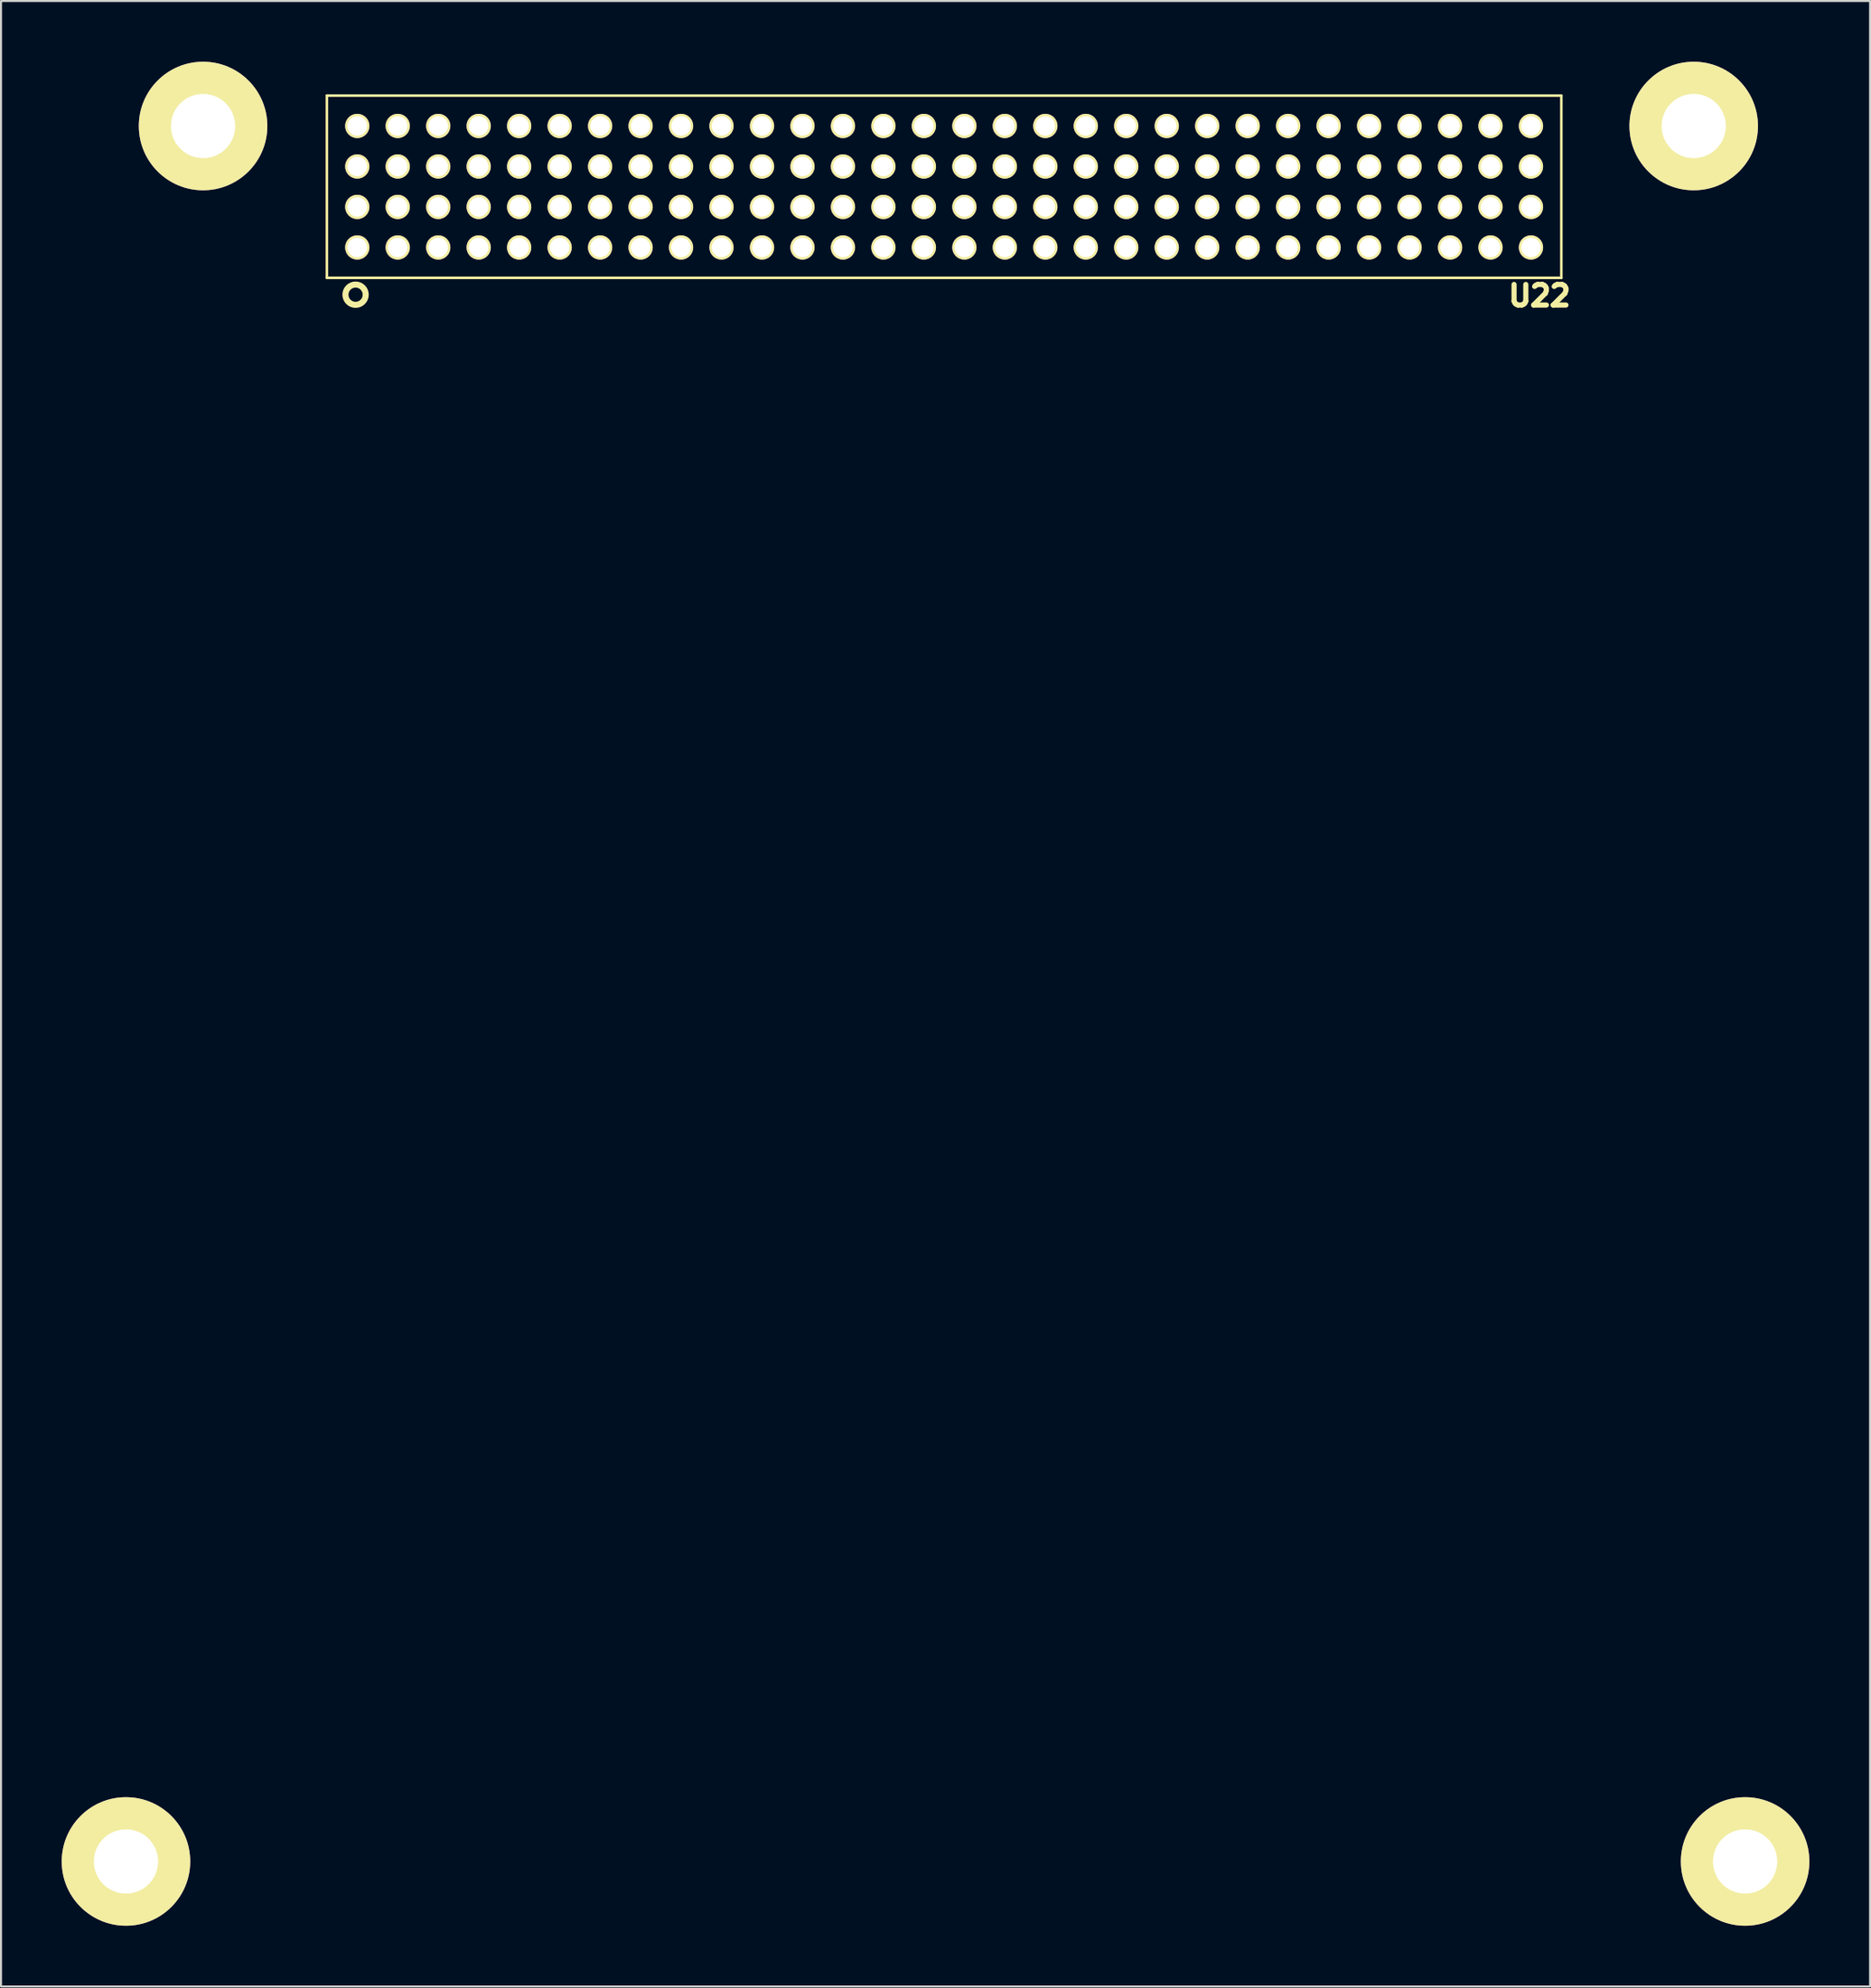
<source format=kicad_pcb>
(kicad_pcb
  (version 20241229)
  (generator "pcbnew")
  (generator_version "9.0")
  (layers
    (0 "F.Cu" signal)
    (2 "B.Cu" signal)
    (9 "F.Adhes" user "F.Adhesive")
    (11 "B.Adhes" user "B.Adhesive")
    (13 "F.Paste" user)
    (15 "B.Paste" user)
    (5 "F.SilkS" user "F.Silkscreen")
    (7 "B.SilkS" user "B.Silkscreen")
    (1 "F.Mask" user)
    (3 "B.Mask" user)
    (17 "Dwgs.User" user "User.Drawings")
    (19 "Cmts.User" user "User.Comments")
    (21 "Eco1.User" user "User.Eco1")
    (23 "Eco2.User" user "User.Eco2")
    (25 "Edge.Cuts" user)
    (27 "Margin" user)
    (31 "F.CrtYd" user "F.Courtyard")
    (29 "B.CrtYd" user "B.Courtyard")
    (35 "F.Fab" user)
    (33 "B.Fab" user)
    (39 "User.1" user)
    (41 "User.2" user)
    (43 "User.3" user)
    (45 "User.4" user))
  (footprint "U22"
    (layer "F.Cu")
    (at 14.605 9.174)
    (property "Reference" "U22" (at 58.42 2.388 0) (layer "F.SilkS") (effects (font (size 1.016 1.016) (thickness 0.305))))
    (attr through_hole)
    (fp_line (start -1.501 -7.501) (end 59.499 -7.501) (stroke (width 0.127) (type solid)) (layer "F.SilkS"))
    (fp_line (start -1.501 1.501) (end -1.501 -7.501) (stroke (width 0.127) (type solid)) (layer "F.SilkS"))
    (fp_line (start 59.499 -7.501) (end 59.499 1.501) (stroke (width 0.127) (type solid)) (layer "F.SilkS"))
    (fp_line (start 59.499 1.501) (end -1.501 1.501) (stroke (width 0.127) (type solid)) (layer "F.SilkS"))
    (fp_circle (center -0.084 2.334) (end 0.17 2.766) (stroke (width 0.3) (type solid)) (fill no) (layer "F.SilkS"))
    (pad "0" thru_hole circle (at -7.62 -5.999) (size 6.35 6.35) (drill 3.175) (layers "*.Cu" "*.Mask" "F.SilkS"))
    (pad "1" thru_hole circle (at 66.04 -5.999) (size 6.35 6.35) (drill 3.175) (layers "*.Cu" "*.Mask" "F.SilkS"))
    (pad "2" thru_hole circle (at -11.43 79.731) (size 6.35 6.35) (drill 3.175) (layers "*.Cu" "*.Mask" "F.SilkS"))
    (pad "3" thru_hole circle (at 68.58 79.731) (size 6.35 6.35) (drill 3.175) (layers "*.Cu" "*.Mask" "F.SilkS"))
    (pad "A1" thru_hole circle (at 0 0) (size 1.199 1.199) (drill 0.965) (layers "*.Cu" "*.Mask" "F.SilkS"))
    (pad "A2" thru_hole circle (at 1.999 0) (size 1.199 1.199) (drill 0.965) (layers "*.Cu" "*.Mask" "F.SilkS"))
    (pad "A3" thru_hole circle (at 4 0) (size 1.199 1.199) (drill 0.965) (layers "*.Cu" "*.Mask" "F.SilkS"))
    (pad "A4" thru_hole circle (at 5.999 0) (size 1.199 1.199) (drill 0.965) (layers "*.Cu" "*.Mask" "F.SilkS"))
    (pad "A5" thru_hole circle (at 7.998 0) (size 1.199 1.199) (drill 0.965) (layers "*.Cu" "*.Mask" "F.SilkS"))
    (pad "A6" thru_hole circle (at 10 0) (size 1.199 1.199) (drill 0.965) (layers "*.Cu" "*.Mask" "F.SilkS"))
    (pad "A7" thru_hole circle (at 11.999 0) (size 1.199 1.199) (drill 0.965) (layers "*.Cu" "*.Mask" "F.SilkS"))
    (pad "A8" thru_hole circle (at 14 0) (size 1.199 1.199) (drill 0.965) (layers "*.Cu" "*.Mask" "F.SilkS"))
    (pad "A9" thru_hole circle (at 15.999 0) (size 1.199 1.199) (drill 0.965) (layers "*.Cu" "*.Mask" "F.SilkS"))
    (pad "A10" thru_hole circle (at 17.998 0) (size 1.199 1.199) (drill 0.965) (layers "*.Cu" "*.Mask" "F.SilkS"))
    (pad "A11" thru_hole circle (at 20 0) (size 1.199 1.199) (drill 0.965) (layers "*.Cu" "*.Mask" "F.SilkS"))
    (pad "A12" thru_hole circle (at 21.999 0) (size 1.199 1.199) (drill 0.965) (layers "*.Cu" "*.Mask" "F.SilkS"))
    (pad "A13" thru_hole circle (at 24 0) (size 1.199 1.199) (drill 0.965) (layers "*.Cu" "*.Mask" "F.SilkS"))
    (pad "A14" thru_hole circle (at 25.999 0) (size 1.199 1.199) (drill 0.965) (layers "*.Cu" "*.Mask" "F.SilkS"))
    (pad "A15" thru_hole circle (at 27.998 0) (size 1.199 1.199) (drill 0.965) (layers "*.Cu" "*.Mask" "F.SilkS"))
    (pad "A16" thru_hole circle (at 30 0) (size 1.199 1.199) (drill 0.965) (layers "*.Cu" "*.Mask" "F.SilkS"))
    (pad "A17" thru_hole circle (at 31.999 0) (size 1.199 1.199) (drill 0.965) (layers "*.Cu" "*.Mask" "F.SilkS"))
    (pad "A18" thru_hole circle (at 34 0) (size 1.199 1.199) (drill 0.965) (layers "*.Cu" "*.Mask" "F.SilkS"))
    (pad "A19" thru_hole circle (at 35.999 0) (size 1.199 1.199) (drill 0.965) (layers "*.Cu" "*.Mask" "F.SilkS"))
    (pad "A20" thru_hole circle (at 37.998 0) (size 1.199 1.199) (drill 0.965) (layers "*.Cu" "*.Mask" "F.SilkS"))
    (pad "A21" thru_hole circle (at 40 0) (size 1.199 1.199) (drill 0.965) (layers "*.Cu" "*.Mask" "F.SilkS"))
    (pad "A22" thru_hole circle (at 41.999 0) (size 1.199 1.199) (drill 0.965) (layers "*.Cu" "*.Mask" "F.SilkS"))
    (pad "A23" thru_hole circle (at 44 0) (size 1.199 1.199) (drill 0.965) (layers "*.Cu" "*.Mask" "F.SilkS"))
    (pad "A24" thru_hole circle (at 45.999 0) (size 1.199 1.199) (drill 0.965) (layers "*.Cu" "*.Mask" "F.SilkS"))
    (pad "A25" thru_hole circle (at 47.998 0) (size 1.199 1.199) (drill 0.965) (layers "*.Cu" "*.Mask" "F.SilkS"))
    (pad "A26" thru_hole circle (at 50 0) (size 1.199 1.199) (drill 0.965) (layers "*.Cu" "*.Mask" "F.SilkS"))
    (pad "A27" thru_hole circle (at 51.999 0) (size 1.199 1.199) (drill 0.965) (layers "*.Cu" "*.Mask" "F.SilkS"))
    (pad "A28" thru_hole circle (at 54 0) (size 1.199 1.199) (drill 0.965) (layers "*.Cu" "*.Mask" "F.SilkS"))
    (pad "A29" thru_hole circle (at 55.999 0) (size 1.199 1.199) (drill 0.965) (layers "*.Cu" "*.Mask" "F.SilkS"))
    (pad "A30" thru_hole circle (at 57.998 0) (size 1.199 1.199) (drill 0.965) (layers "*.Cu" "*.Mask" "F.SilkS"))
    (pad "B1" thru_hole circle (at 0 -2.002) (size 1.199 1.199) (drill 0.965) (layers "*.Cu" "*.Mask" "F.SilkS"))
    (pad "B2" thru_hole circle (at 1.999 -2.002) (size 1.199 1.199) (drill 0.965) (layers "*.Cu" "*.Mask" "F.SilkS"))
    (pad "B3" thru_hole circle (at 4 -2.002) (size 1.199 1.199) (drill 0.965) (layers "*.Cu" "*.Mask" "F.SilkS"))
    (pad "B4" thru_hole circle (at 5.999 -2.002) (size 1.199 1.199) (drill 0.965) (layers "*.Cu" "*.Mask" "F.SilkS"))
    (pad "B5" thru_hole circle (at 7.998 -2.002) (size 1.199 1.199) (drill 0.965) (layers "*.Cu" "*.Mask" "F.SilkS"))
    (pad "B6" thru_hole circle (at 10 -2.002) (size 1.199 1.199) (drill 0.965) (layers "*.Cu" "*.Mask" "F.SilkS"))
    (pad "B7" thru_hole circle (at 11.999 -2.002) (size 1.199 1.199) (drill 0.965) (layers "*.Cu" "*.Mask" "F.SilkS"))
    (pad "B8" thru_hole circle (at 14 -2.002) (size 1.199 1.199) (drill 0.965) (layers "*.Cu" "*.Mask" "F.SilkS"))
    (pad "B9" thru_hole circle (at 15.999 -2.002) (size 1.199 1.199) (drill 0.965) (layers "*.Cu" "*.Mask" "F.SilkS"))
    (pad "B10" thru_hole circle (at 17.998 -2.002) (size 1.199 1.199) (drill 0.965) (layers "*.Cu" "*.Mask" "F.SilkS"))
    (pad "B11" thru_hole circle (at 20 -2.002) (size 1.199 1.199) (drill 0.965) (layers "*.Cu" "*.Mask" "F.SilkS"))
    (pad "B12" thru_hole circle (at 21.999 -2.002) (size 1.199 1.199) (drill 0.965) (layers "*.Cu" "*.Mask" "F.SilkS"))
    (pad "B13" thru_hole circle (at 24 -2.002) (size 1.199 1.199) (drill 0.965) (layers "*.Cu" "*.Mask" "F.SilkS"))
    (pad "B14" thru_hole circle (at 25.999 -2.002) (size 1.199 1.199) (drill 0.965) (layers "*.Cu" "*.Mask" "F.SilkS"))
    (pad "B15" thru_hole circle (at 27.998 -2.002) (size 1.199 1.199) (drill 0.965) (layers "*.Cu" "*.Mask" "F.SilkS"))
    (pad "B16" thru_hole circle (at 30 -2.002) (size 1.199 1.199) (drill 0.965) (layers "*.Cu" "*.Mask" "F.SilkS"))
    (pad "B17" thru_hole circle (at 31.999 -2.002) (size 1.199 1.199) (drill 0.965) (layers "*.Cu" "*.Mask" "F.SilkS"))
    (pad "B18" thru_hole circle (at 34 -2.002) (size 1.199 1.199) (drill 0.965) (layers "*.Cu" "*.Mask" "F.SilkS"))
    (pad "B19" thru_hole circle (at 35.999 -2.002) (size 1.199 1.199) (drill 0.965) (layers "*.Cu" "*.Mask" "F.SilkS"))
    (pad "B20" thru_hole circle (at 37.998 -2.002) (size 1.199 1.199) (drill 0.965) (layers "*.Cu" "*.Mask" "F.SilkS"))
    (pad "B21" thru_hole circle (at 40 -2.002) (size 1.199 1.199) (drill 0.965) (layers "*.Cu" "*.Mask" "F.SilkS"))
    (pad "B22" thru_hole circle (at 41.999 -2.002) (size 1.199 1.199) (drill 0.965) (layers "*.Cu" "*.Mask" "F.SilkS"))
    (pad "B23" thru_hole circle (at 44 -2.002) (size 1.199 1.199) (drill 0.965) (layers "*.Cu" "*.Mask" "F.SilkS"))
    (pad "B24" thru_hole circle (at 45.999 -2.002) (size 1.199 1.199) (drill 0.965) (layers "*.Cu" "*.Mask" "F.SilkS"))
    (pad "B25" thru_hole circle (at 47.998 -2.002) (size 1.199 1.199) (drill 0.965) (layers "*.Cu" "*.Mask" "F.SilkS"))
    (pad "B26" thru_hole circle (at 50 -2.002) (size 1.199 1.199) (drill 0.965) (layers "*.Cu" "*.Mask" "F.SilkS"))
    (pad "B27" thru_hole circle (at 51.999 -2.002) (size 1.199 1.199) (drill 0.965) (layers "*.Cu" "*.Mask" "F.SilkS"))
    (pad "B28" thru_hole circle (at 54 -2.002) (size 1.199 1.199) (drill 0.965) (layers "*.Cu" "*.Mask" "F.SilkS"))
    (pad "B29" thru_hole circle (at 55.999 -2.002) (size 1.199 1.199) (drill 0.965) (layers "*.Cu" "*.Mask" "F.SilkS"))
    (pad "B30" thru_hole circle (at 57.998 -2.002) (size 1.199 1.199) (drill 0.965) (layers "*.Cu" "*.Mask" "F.SilkS"))
    (pad "C1" thru_hole circle (at 0 -4) (size 1.199 1.199) (drill 0.965) (layers "*.Cu" "*.Mask" "F.SilkS"))
    (pad "C2" thru_hole circle (at 1.999 -4) (size 1.199 1.199) (drill 0.965) (layers "*.Cu" "*.Mask" "F.SilkS"))
    (pad "C3" thru_hole circle (at 4 -4) (size 1.199 1.199) (drill 0.965) (layers "*.Cu" "*.Mask" "F.SilkS"))
    (pad "C4" thru_hole circle (at 5.999 -4) (size 1.199 1.199) (drill 0.965) (layers "*.Cu" "*.Mask" "F.SilkS"))
    (pad "C5" thru_hole circle (at 7.998 -4) (size 1.199 1.199) (drill 0.965) (layers "*.Cu" "*.Mask" "F.SilkS"))
    (pad "C6" thru_hole circle (at 10 -4) (size 1.199 1.199) (drill 0.965) (layers "*.Cu" "*.Mask" "F.SilkS"))
    (pad "C7" thru_hole circle (at 11.999 -4) (size 1.199 1.199) (drill 0.965) (layers "*.Cu" "*.Mask" "F.SilkS"))
    (pad "C8" thru_hole circle (at 14 -4) (size 1.199 1.199) (drill 0.965) (layers "*.Cu" "*.Mask" "F.SilkS"))
    (pad "C9" thru_hole circle (at 15.999 -4) (size 1.199 1.199) (drill 0.965) (layers "*.Cu" "*.Mask" "F.SilkS"))
    (pad "C10" thru_hole circle (at 17.998 -4) (size 1.199 1.199) (drill 0.965) (layers "*.Cu" "*.Mask" "F.SilkS"))
    (pad "C11" thru_hole circle (at 20 -4) (size 1.199 1.199) (drill 0.965) (layers "*.Cu" "*.Mask" "F.SilkS"))
    (pad "C12" thru_hole circle (at 21.999 -4) (size 1.199 1.199) (drill 0.965) (layers "*.Cu" "*.Mask" "F.SilkS"))
    (pad "C13" thru_hole circle (at 24 -4) (size 1.199 1.199) (drill 0.965) (layers "*.Cu" "*.Mask" "F.SilkS"))
    (pad "C14" thru_hole circle (at 25.999 -4) (size 1.199 1.199) (drill 0.965) (layers "*.Cu" "*.Mask" "F.SilkS"))
    (pad "C15" thru_hole circle (at 27.998 -4) (size 1.199 1.199) (drill 0.965) (layers "*.Cu" "*.Mask" "F.SilkS"))
    (pad "C16" thru_hole circle (at 30 -4) (size 1.199 1.199) (drill 0.965) (layers "*.Cu" "*.Mask" "F.SilkS"))
    (pad "C17" thru_hole circle (at 31.999 -4) (size 1.199 1.199) (drill 0.965) (layers "*.Cu" "*.Mask" "F.SilkS"))
    (pad "C18" thru_hole circle (at 34 -4) (size 1.199 1.199) (drill 0.965) (layers "*.Cu" "*.Mask" "F.SilkS"))
    (pad "C19" thru_hole circle (at 35.999 -4) (size 1.199 1.199) (drill 0.965) (layers "*.Cu" "*.Mask" "F.SilkS"))
    (pad "C20" thru_hole circle (at 37.998 -4) (size 1.199 1.199) (drill 0.965) (layers "*.Cu" "*.Mask" "F.SilkS"))
    (pad "C21" thru_hole circle (at 40 -4) (size 1.199 1.199) (drill 0.965) (layers "*.Cu" "*.Mask" "F.SilkS"))
    (pad "C22" thru_hole circle (at 41.999 -4) (size 1.199 1.199) (drill 0.965) (layers "*.Cu" "*.Mask" "F.SilkS"))
    (pad "C23" thru_hole circle (at 44 -4) (size 1.199 1.199) (drill 0.965) (layers "*.Cu" "*.Mask" "F.SilkS"))
    (pad "C24" thru_hole circle (at 45.999 -4) (size 1.199 1.199) (drill 0.965) (layers "*.Cu" "*.Mask" "F.SilkS"))
    (pad "C25" thru_hole circle (at 47.998 -4) (size 1.199 1.199) (drill 0.965) (layers "*.Cu" "*.Mask" "F.SilkS"))
    (pad "C26" thru_hole circle (at 50 -4) (size 1.199 1.199) (drill 0.965) (layers "*.Cu" "*.Mask" "F.SilkS"))
    (pad "C27" thru_hole circle (at 51.999 -4) (size 1.199 1.199) (drill 0.965) (layers "*.Cu" "*.Mask" "F.SilkS"))
    (pad "C28" thru_hole circle (at 54 -4) (size 1.199 1.199) (drill 0.965) (layers "*.Cu" "*.Mask" "F.SilkS"))
    (pad "C29" thru_hole circle (at 55.999 -4) (size 1.199 1.199) (drill 0.965) (layers "*.Cu" "*.Mask" "F.SilkS"))
    (pad "C30" thru_hole circle (at 57.998 -4) (size 1.199 1.199) (drill 0.965) (layers "*.Cu" "*.Mask" "F.SilkS"))
    (pad "D1" thru_hole circle (at 0 -6.002) (size 1.199 1.199) (drill 0.965) (layers "*.Cu" "*.Mask" "F.SilkS"))
    (pad "D2" thru_hole circle (at 1.999 -6.002) (size 1.199 1.199) (drill 0.965) (layers "*.Cu" "*.Mask" "F.SilkS"))
    (pad "D3" thru_hole circle (at 4 -6.002) (size 1.199 1.199) (drill 0.965) (layers "*.Cu" "*.Mask" "F.SilkS"))
    (pad "D4" thru_hole circle (at 5.999 -6.002) (size 1.199 1.199) (drill 0.965) (layers "*.Cu" "*.Mask" "F.SilkS"))
    (pad "D5" thru_hole circle (at 7.998 -6.002) (size 1.199 1.199) (drill 0.965) (layers "*.Cu" "*.Mask" "F.SilkS"))
    (pad "D6" thru_hole circle (at 10 -6.002) (size 1.199 1.199) (drill 0.965) (layers "*.Cu" "*.Mask" "F.SilkS"))
    (pad "D7" thru_hole circle (at 11.999 -6.002) (size 1.199 1.199) (drill 0.965) (layers "*.Cu" "*.Mask" "F.SilkS"))
    (pad "D8" thru_hole circle (at 14 -6.002) (size 1.199 1.199) (drill 0.965) (layers "*.Cu" "*.Mask" "F.SilkS"))
    (pad "D9" thru_hole circle (at 15.999 -6.002) (size 1.199 1.199) (drill 0.965) (layers "*.Cu" "*.Mask" "F.SilkS"))
    (pad "D10" thru_hole circle (at 17.998 -6.002) (size 1.199 1.199) (drill 0.965) (layers "*.Cu" "*.Mask" "F.SilkS"))
    (pad "D11" thru_hole circle (at 20 -6.002) (size 1.199 1.199) (drill 0.965) (layers "*.Cu" "*.Mask" "F.SilkS"))
    (pad "D12" thru_hole circle (at 21.999 -6.002) (size 1.199 1.199) (drill 0.965) (layers "*.Cu" "*.Mask" "F.SilkS"))
    (pad "D13" thru_hole circle (at 24 -6.002) (size 1.199 1.199) (drill 0.965) (layers "*.Cu" "*.Mask" "F.SilkS"))
    (pad "D14" thru_hole circle (at 25.999 -6.002) (size 1.199 1.199) (drill 0.965) (layers "*.Cu" "*.Mask" "F.SilkS"))
    (pad "D15" thru_hole circle (at 27.998 -6.002) (size 1.199 1.199) (drill 0.965) (layers "*.Cu" "*.Mask" "F.SilkS"))
    (pad "D16" thru_hole circle (at 30 -6.002) (size 1.199 1.199) (drill 0.965) (layers "*.Cu" "*.Mask" "F.SilkS"))
    (pad "D17" thru_hole circle (at 31.999 -6.002) (size 1.199 1.199) (drill 0.965) (layers "*.Cu" "*.Mask" "F.SilkS"))
    (pad "D18" thru_hole circle (at 34 -6.002) (size 1.199 1.199) (drill 0.965) (layers "*.Cu" "*.Mask" "F.SilkS"))
    (pad "D19" thru_hole circle (at 35.999 -6.002) (size 1.199 1.199) (drill 0.965) (layers "*.Cu" "*.Mask" "F.SilkS"))
    (pad "D20" thru_hole circle (at 37.998 -6.002) (size 1.199 1.199) (drill 0.965) (layers "*.Cu" "*.Mask" "F.SilkS"))
    (pad "D21" thru_hole circle (at 40 -6.002) (size 1.199 1.199) (drill 0.965) (layers "*.Cu" "*.Mask" "F.SilkS"))
    (pad "D22" thru_hole circle (at 41.999 -6.002) (size 1.199 1.199) (drill 0.965) (layers "*.Cu" "*.Mask" "F.SilkS"))
    (pad "D23" thru_hole circle (at 44 -6.002) (size 1.199 1.199) (drill 0.965) (layers "*.Cu" "*.Mask" "F.SilkS"))
    (pad "D24" thru_hole circle (at 45.999 -6.002) (size 1.199 1.199) (drill 0.965) (layers "*.Cu" "*.Mask" "F.SilkS"))
    (pad "D25" thru_hole circle (at 47.998 -6.002) (size 1.199 1.199) (drill 0.965) (layers "*.Cu" "*.Mask" "F.SilkS"))
    (pad "D26" thru_hole circle (at 50 -6.002) (size 1.199 1.199) (drill 0.965) (layers "*.Cu" "*.Mask" "F.SilkS"))
    (pad "D27" thru_hole circle (at 51.999 -6.002) (size 1.199 1.199) (drill 0.965) (layers "*.Cu" "*.Mask" "F.SilkS"))
    (pad "D28" thru_hole circle (at 54 -6.002) (size 1.199 1.199) (drill 0.965) (layers "*.Cu" "*.Mask" "F.SilkS"))
    (pad "D29" thru_hole circle (at 55.999 -6.002) (size 1.199 1.199) (drill 0.965) (layers "*.Cu" "*.Mask" "F.SilkS"))
    (pad "D30" thru_hole circle (at 57.998 -6.002) (size 1.199 1.199) (drill 0.965) (layers "*.Cu" "*.Mask" "F.SilkS")))
  (gr_rect
    (start -3 -3)
    (end 89.36 95.08)
    (stroke (width 0.1) (type default))
    (fill no)
    (layer "Edge.Cuts")))
</source>
